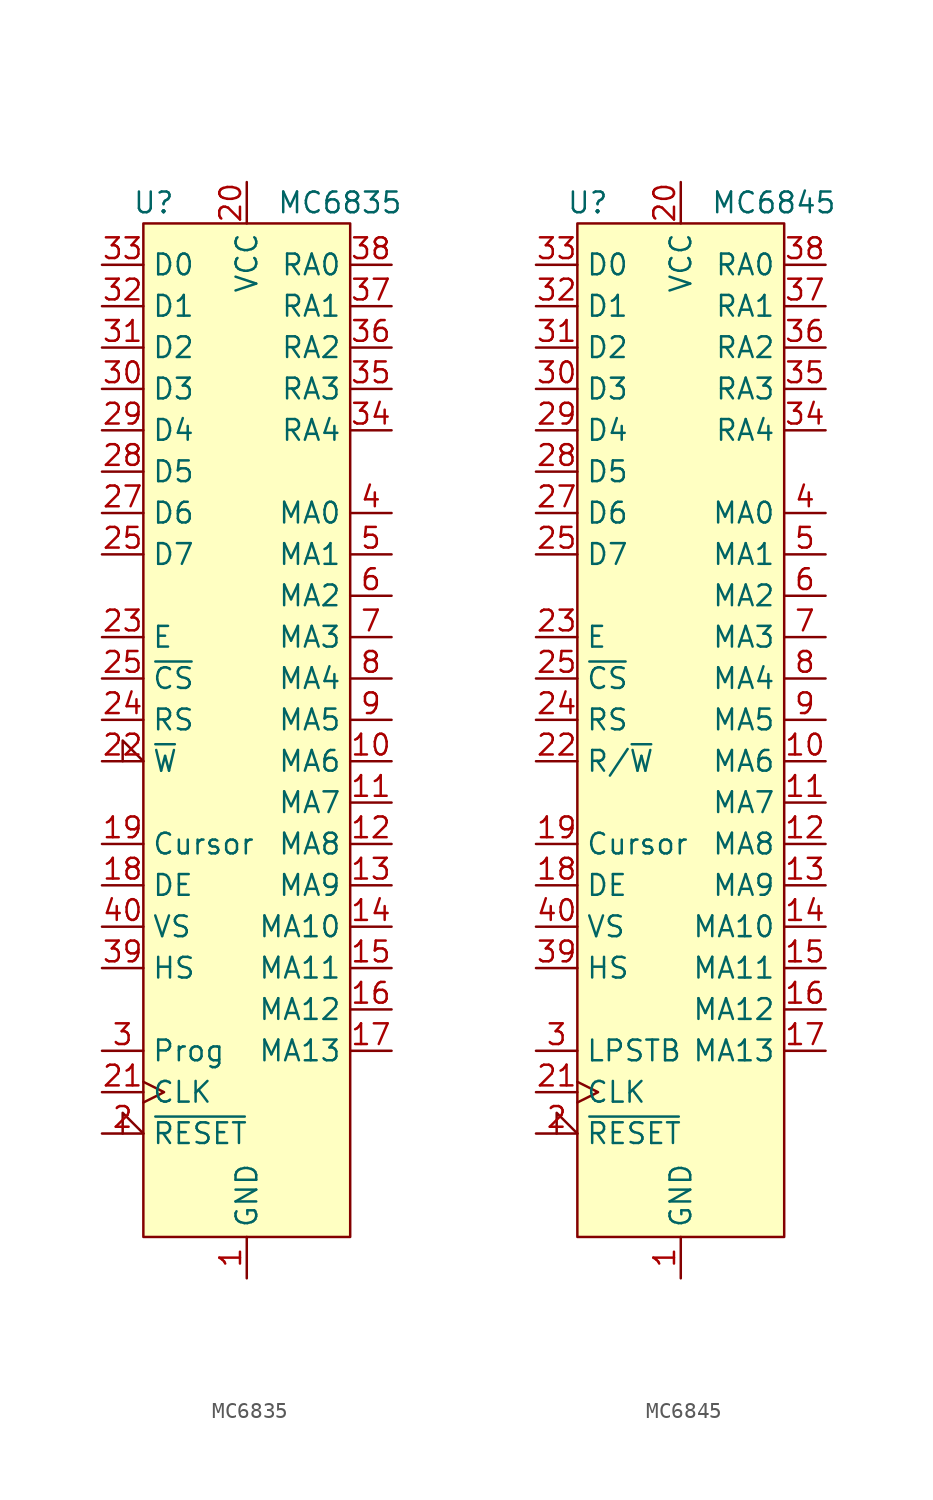
<source format=kicad_sym>
(kicad_symbol_lib
  (version 20231120)
  (generator "kicad_symbol_editor")
  (generator_version "8.0")
  (symbol "MC6835"
    (property "Reference" "U"
      (at -5.715 31.75 0)
      (effects (font (size 1.27 1.27))))
    (property "Value" "MC6835"
      (at 5.715 31.75 0)
      (effects (font (size 1.27 1.27))))
    (symbol "MC6835_0_1"
      (rectangle (start -6.35 30.48) (end 6.35 -31.75) (stroke (width 0) (type default)) (fill (type background))))
    (symbol "MC6835_1_1"
      (pin power_in line (at 0 -34.29 90) (length 2.54) (name "GND" (effects (font (size 1.27 1.27)))) (number "1" (effects (font (size 1.27 1.27)))))
      (pin output line (at 8.89 -2.54 180) (length 2.54) (name "MA6" (effects (font (size 1.27 1.27)))) (number "10" (effects (font (size 1.27 1.27)))))
      (pin output line (at 8.89 -5.08 180) (length 2.54) (name "MA7" (effects (font (size 1.27 1.27)))) (number "11" (effects (font (size 1.27 1.27)))))
      (pin output line (at 8.89 -7.62 180) (length 2.54) (name "MA8" (effects (font (size 1.27 1.27)))) (number "12" (effects (font (size 1.27 1.27)))))
      (pin output line (at 8.89 -10.16 180) (length 2.54) (name "MA9" (effects (font (size 1.27 1.27)))) (number "13" (effects (font (size 1.27 1.27)))))
      (pin output line (at 8.89 -12.7 180) (length 2.54) (name "MA10" (effects (font (size 1.27 1.27)))) (number "14" (effects (font (size 1.27 1.27)))))
      (pin output line (at 8.89 -15.24 180) (length 2.54) (name "MA11" (effects (font (size 1.27 1.27)))) (number "15" (effects (font (size 1.27 1.27)))))
      (pin output line (at 8.89 -17.78 180) (length 2.54) (name "MA12" (effects (font (size 1.27 1.27)))) (number "16" (effects (font (size 1.27 1.27)))))
      (pin output line (at 8.89 -20.32 180) (length 2.54) (name "MA13" (effects (font (size 1.27 1.27)))) (number "17" (effects (font (size 1.27 1.27)))))
      (pin output line (at -8.89 -10.16 0) (length 2.54) (name "DE" (effects (font (size 1.27 1.27)))) (number "18" (effects (font (size 1.27 1.27)))))
      (pin output line (at -8.89 -7.62 0) (length 2.54) (name "Cursor" (effects (font (size 1.27 1.27)))) (number "19" (effects (font (size 1.27 1.27)))))
      (pin input input_low (at -8.89 -25.4 0) (length 2.54) (name "~{RESET}" (effects (font (size 1.27 1.27)))) (number "2" (effects (font (size 1.27 1.27)))))
      (pin power_in line (at 0 33.02 270) (length 2.54) (name "VCC" (effects (font (size 1.27 1.27)))) (number "20" (effects (font (size 1.27 1.27)))))
      (pin input clock (at -8.89 -22.86 0) (length 2.54) (name "CLK" (effects (font (size 1.27 1.27)))) (number "21" (effects (font (size 1.27 1.27)))))
      (pin input input_low (at -8.89 -2.54 0) (length 2.54) (name "~{W}" (effects (font (size 1.27 1.27)))) (number "22" (effects (font (size 1.27 1.27)))))
      (pin input line (at -8.89 5.08 0) (length 2.54) (name "E" (effects (font (size 1.27 1.27)))) (number "23" (effects (font (size 1.27 1.27)))))
      (pin input line (at -8.89 0 0) (length 2.54) (name "RS" (effects (font (size 1.27 1.27)))) (number "24" (effects (font (size 1.27 1.27)))))
      (pin bidirectional line (at -8.89 10.16 0) (length 2.54) (name "D7" (effects (font (size 1.27 1.27)))) (number "25" (effects (font (size 1.27 1.27)))))
      (pin input line (at -8.89 2.54 0) (length 2.54) (name "~{CS}" (effects (font (size 1.27 1.27)))) (number "25" (effects (font (size 1.27 1.27)))))
      (pin bidirectional line (at -8.89 12.7 0) (length 2.54) (name "D6" (effects (font (size 1.27 1.27)))) (number "27" (effects (font (size 1.27 1.27)))))
      (pin bidirectional line (at -8.89 15.24 0) (length 2.54) (name "D5" (effects (font (size 1.27 1.27)))) (number "28" (effects (font (size 1.27 1.27)))))
      (pin bidirectional line (at -8.89 17.78 0) (length 2.54) (name "D4" (effects (font (size 1.27 1.27)))) (number "29" (effects (font (size 1.27 1.27)))))
      (pin input line (at -8.89 -20.32 0) (length 2.54) (name "Prog" (effects (font (size 1.27 1.27)))) (number "3" (effects (font (size 1.27 1.27)))))
      (pin bidirectional line (at -8.89 20.32 0) (length 2.54) (name "D3" (effects (font (size 1.27 1.27)))) (number "30" (effects (font (size 1.27 1.27)))))
      (pin bidirectional line (at -8.89 22.86 0) (length 2.54) (name "D2" (effects (font (size 1.27 1.27)))) (number "31" (effects (font (size 1.27 1.27)))))
      (pin bidirectional line (at -8.89 25.4 0) (length 2.54) (name "D1" (effects (font (size 1.27 1.27)))) (number "32" (effects (font (size 1.27 1.27)))))
      (pin bidirectional line (at -8.89 27.94 0) (length 2.54) (name "D0" (effects (font (size 1.27 1.27)))) (number "33" (effects (font (size 1.27 1.27)))))
      (pin output line (at 8.89 17.78 180) (length 2.54) (name "RA4" (effects (font (size 1.27 1.27)))) (number "34" (effects (font (size 1.27 1.27)))))
      (pin output line (at 8.89 20.32 180) (length 2.54) (name "RA3" (effects (font (size 1.27 1.27)))) (number "35" (effects (font (size 1.27 1.27)))))
      (pin output line (at 8.89 22.86 180) (length 2.54) (name "RA2" (effects (font (size 1.27 1.27)))) (number "36" (effects (font (size 1.27 1.27)))))
      (pin output line (at 8.89 25.4 180) (length 2.54) (name "RA1" (effects (font (size 1.27 1.27)))) (number "37" (effects (font (size 1.27 1.27)))))
      (pin output line (at 8.89 27.94 180) (length 2.54) (name "RA0" (effects (font (size 1.27 1.27)))) (number "38" (effects (font (size 1.27 1.27)))))
      (pin output line (at -8.89 -15.24 0) (length 2.54) (name "HS" (effects (font (size 1.27 1.27)))) (number "39" (effects (font (size 1.27 1.27)))))
      (pin output line (at 8.89 12.7 180) (length 2.54) (name "MA0" (effects (font (size 1.27 1.27)))) (number "4" (effects (font (size 1.27 1.27)))))
      (pin output line (at -8.89 -12.7 0) (length 2.54) (name "VS" (effects (font (size 1.27 1.27)))) (number "40" (effects (font (size 1.27 1.27)))))
      (pin output line (at 8.89 10.16 180) (length 2.54) (name "MA1" (effects (font (size 1.27 1.27)))) (number "5" (effects (font (size 1.27 1.27)))))
      (pin output line (at 8.89 7.62 180) (length 2.54) (name "MA2" (effects (font (size 1.27 1.27)))) (number "6" (effects (font (size 1.27 1.27)))))
      (pin output line (at 8.89 5.08 180) (length 2.54) (name "MA3" (effects (font (size 1.27 1.27)))) (number "7" (effects (font (size 1.27 1.27)))))
      (pin output line (at 8.89 2.54 180) (length 2.54) (name "MA4" (effects (font (size 1.27 1.27)))) (number "8" (effects (font (size 1.27 1.27)))))
      (pin output line (at 8.89 0 180) (length 2.54) (name "MA5" (effects (font (size 1.27 1.27)))) (number "9" (effects (font (size 1.27 1.27)))))))
  (symbol "MC6845"
    (property "Reference" "U"
      (at -5.715 31.75 0)
      (effects (font (size 1.27 1.27))))
    (property "Value" "MC6845"
      (at 5.715 31.75 0)
      (effects (font (size 1.27 1.27))))
    (symbol "MC6845_0_1"
      (rectangle (start -6.35 30.48) (end 6.35 -31.75) (stroke (width 0) (type default)) (fill (type background))))
    (symbol "MC6845_1_1"
      (pin power_in line (at 0 -34.29 90) (length 2.54) (name "GND" (effects (font (size 1.27 1.27)))) (number "1" (effects (font (size 1.27 1.27)))))
      (pin output line (at 8.89 -2.54 180) (length 2.54) (name "MA6" (effects (font (size 1.27 1.27)))) (number "10" (effects (font (size 1.27 1.27)))))
      (pin output line (at 8.89 -5.08 180) (length 2.54) (name "MA7" (effects (font (size 1.27 1.27)))) (number "11" (effects (font (size 1.27 1.27)))))
      (pin output line (at 8.89 -7.62 180) (length 2.54) (name "MA8" (effects (font (size 1.27 1.27)))) (number "12" (effects (font (size 1.27 1.27)))))
      (pin output line (at 8.89 -10.16 180) (length 2.54) (name "MA9" (effects (font (size 1.27 1.27)))) (number "13" (effects (font (size 1.27 1.27)))))
      (pin output line (at 8.89 -12.7 180) (length 2.54) (name "MA10" (effects (font (size 1.27 1.27)))) (number "14" (effects (font (size 1.27 1.27)))))
      (pin output line (at 8.89 -15.24 180) (length 2.54) (name "MA11" (effects (font (size 1.27 1.27)))) (number "15" (effects (font (size 1.27 1.27)))))
      (pin output line (at 8.89 -17.78 180) (length 2.54) (name "MA12" (effects (font (size 1.27 1.27)))) (number "16" (effects (font (size 1.27 1.27)))))
      (pin output line (at 8.89 -20.32 180) (length 2.54) (name "MA13" (effects (font (size 1.27 1.27)))) (number "17" (effects (font (size 1.27 1.27)))))
      (pin output line (at -8.89 -10.16 0) (length 2.54) (name "DE" (effects (font (size 1.27 1.27)))) (number "18" (effects (font (size 1.27 1.27)))))
      (pin output line (at -8.89 -7.62 0) (length 2.54) (name "Cursor" (effects (font (size 1.27 1.27)))) (number "19" (effects (font (size 1.27 1.27)))))
      (pin input input_low (at -8.89 -25.4 0) (length 2.54) (name "~{RESET}" (effects (font (size 1.27 1.27)))) (number "2" (effects (font (size 1.27 1.27)))))
      (pin power_in line (at 0 33.02 270) (length 2.54) (name "VCC" (effects (font (size 1.27 1.27)))) (number "20" (effects (font (size 1.27 1.27)))))
      (pin input clock (at -8.89 -22.86 0) (length 2.54) (name "CLK" (effects (font (size 1.27 1.27)))) (number "21" (effects (font (size 1.27 1.27)))))
      (pin input line (at -8.89 -2.54 0) (length 2.54) (name "R/~{W}" (effects (font (size 1.27 1.27)))) (number "22" (effects (font (size 1.27 1.27)))))
      (pin input line (at -8.89 5.08 0) (length 2.54) (name "E" (effects (font (size 1.27 1.27)))) (number "23" (effects (font (size 1.27 1.27)))))
      (pin input line (at -8.89 0 0) (length 2.54) (name "RS" (effects (font (size 1.27 1.27)))) (number "24" (effects (font (size 1.27 1.27)))))
      (pin bidirectional line (at -8.89 10.16 0) (length 2.54) (name "D7" (effects (font (size 1.27 1.27)))) (number "25" (effects (font (size 1.27 1.27)))))
      (pin input line (at -8.89 2.54 0) (length 2.54) (name "~{CS}" (effects (font (size 1.27 1.27)))) (number "25" (effects (font (size 1.27 1.27)))))
      (pin bidirectional line (at -8.89 12.7 0) (length 2.54) (name "D6" (effects (font (size 1.27 1.27)))) (number "27" (effects (font (size 1.27 1.27)))))
      (pin bidirectional line (at -8.89 15.24 0) (length 2.54) (name "D5" (effects (font (size 1.27 1.27)))) (number "28" (effects (font (size 1.27 1.27)))))
      (pin bidirectional line (at -8.89 17.78 0) (length 2.54) (name "D4" (effects (font (size 1.27 1.27)))) (number "29" (effects (font (size 1.27 1.27)))))
      (pin input line (at -8.89 -20.32 0) (length 2.54) (name "LPSTB" (effects (font (size 1.27 1.27)))) (number "3" (effects (font (size 1.27 1.27)))))
      (pin bidirectional line (at -8.89 20.32 0) (length 2.54) (name "D3" (effects (font (size 1.27 1.27)))) (number "30" (effects (font (size 1.27 1.27)))))
      (pin bidirectional line (at -8.89 22.86 0) (length 2.54) (name "D2" (effects (font (size 1.27 1.27)))) (number "31" (effects (font (size 1.27 1.27)))))
      (pin bidirectional line (at -8.89 25.4 0) (length 2.54) (name "D1" (effects (font (size 1.27 1.27)))) (number "32" (effects (font (size 1.27 1.27)))))
      (pin bidirectional line (at -8.89 27.94 0) (length 2.54) (name "D0" (effects (font (size 1.27 1.27)))) (number "33" (effects (font (size 1.27 1.27)))))
      (pin output line (at 8.89 17.78 180) (length 2.54) (name "RA4" (effects (font (size 1.27 1.27)))) (number "34" (effects (font (size 1.27 1.27)))))
      (pin output line (at 8.89 20.32 180) (length 2.54) (name "RA3" (effects (font (size 1.27 1.27)))) (number "35" (effects (font (size 1.27 1.27)))))
      (pin output line (at 8.89 22.86 180) (length 2.54) (name "RA2" (effects (font (size 1.27 1.27)))) (number "36" (effects (font (size 1.27 1.27)))))
      (pin output line (at 8.89 25.4 180) (length 2.54) (name "RA1" (effects (font (size 1.27 1.27)))) (number "37" (effects (font (size 1.27 1.27)))))
      (pin output line (at 8.89 27.94 180) (length 2.54) (name "RA0" (effects (font (size 1.27 1.27)))) (number "38" (effects (font (size 1.27 1.27)))))
      (pin output line (at -8.89 -15.24 0) (length 2.54) (name "HS" (effects (font (size 1.27 1.27)))) (number "39" (effects (font (size 1.27 1.27)))))
      (pin output line (at 8.89 12.7 180) (length 2.54) (name "MA0" (effects (font (size 1.27 1.27)))) (number "4" (effects (font (size 1.27 1.27)))))
      (pin output line (at -8.89 -12.7 0) (length 2.54) (name "VS" (effects (font (size 1.27 1.27)))) (number "40" (effects (font (size 1.27 1.27)))))
      (pin output line (at 8.89 10.16 180) (length 2.54) (name "MA1" (effects (font (size 1.27 1.27)))) (number "5" (effects (font (size 1.27 1.27)))))
      (pin output line (at 8.89 7.62 180) (length 2.54) (name "MA2" (effects (font (size 1.27 1.27)))) (number "6" (effects (font (size 1.27 1.27)))))
      (pin output line (at 8.89 5.08 180) (length 2.54) (name "MA3" (effects (font (size 1.27 1.27)))) (number "7" (effects (font (size 1.27 1.27)))))
      (pin output line (at 8.89 2.54 180) (length 2.54) (name "MA4" (effects (font (size 1.27 1.27)))) (number "8" (effects (font (size 1.27 1.27)))))
      (pin output line (at 8.89 0 180) (length 2.54) (name "MA5" (effects (font (size 1.27 1.27)))) (number "9" (effects (font (size 1.27 1.27))))))))
</source>
